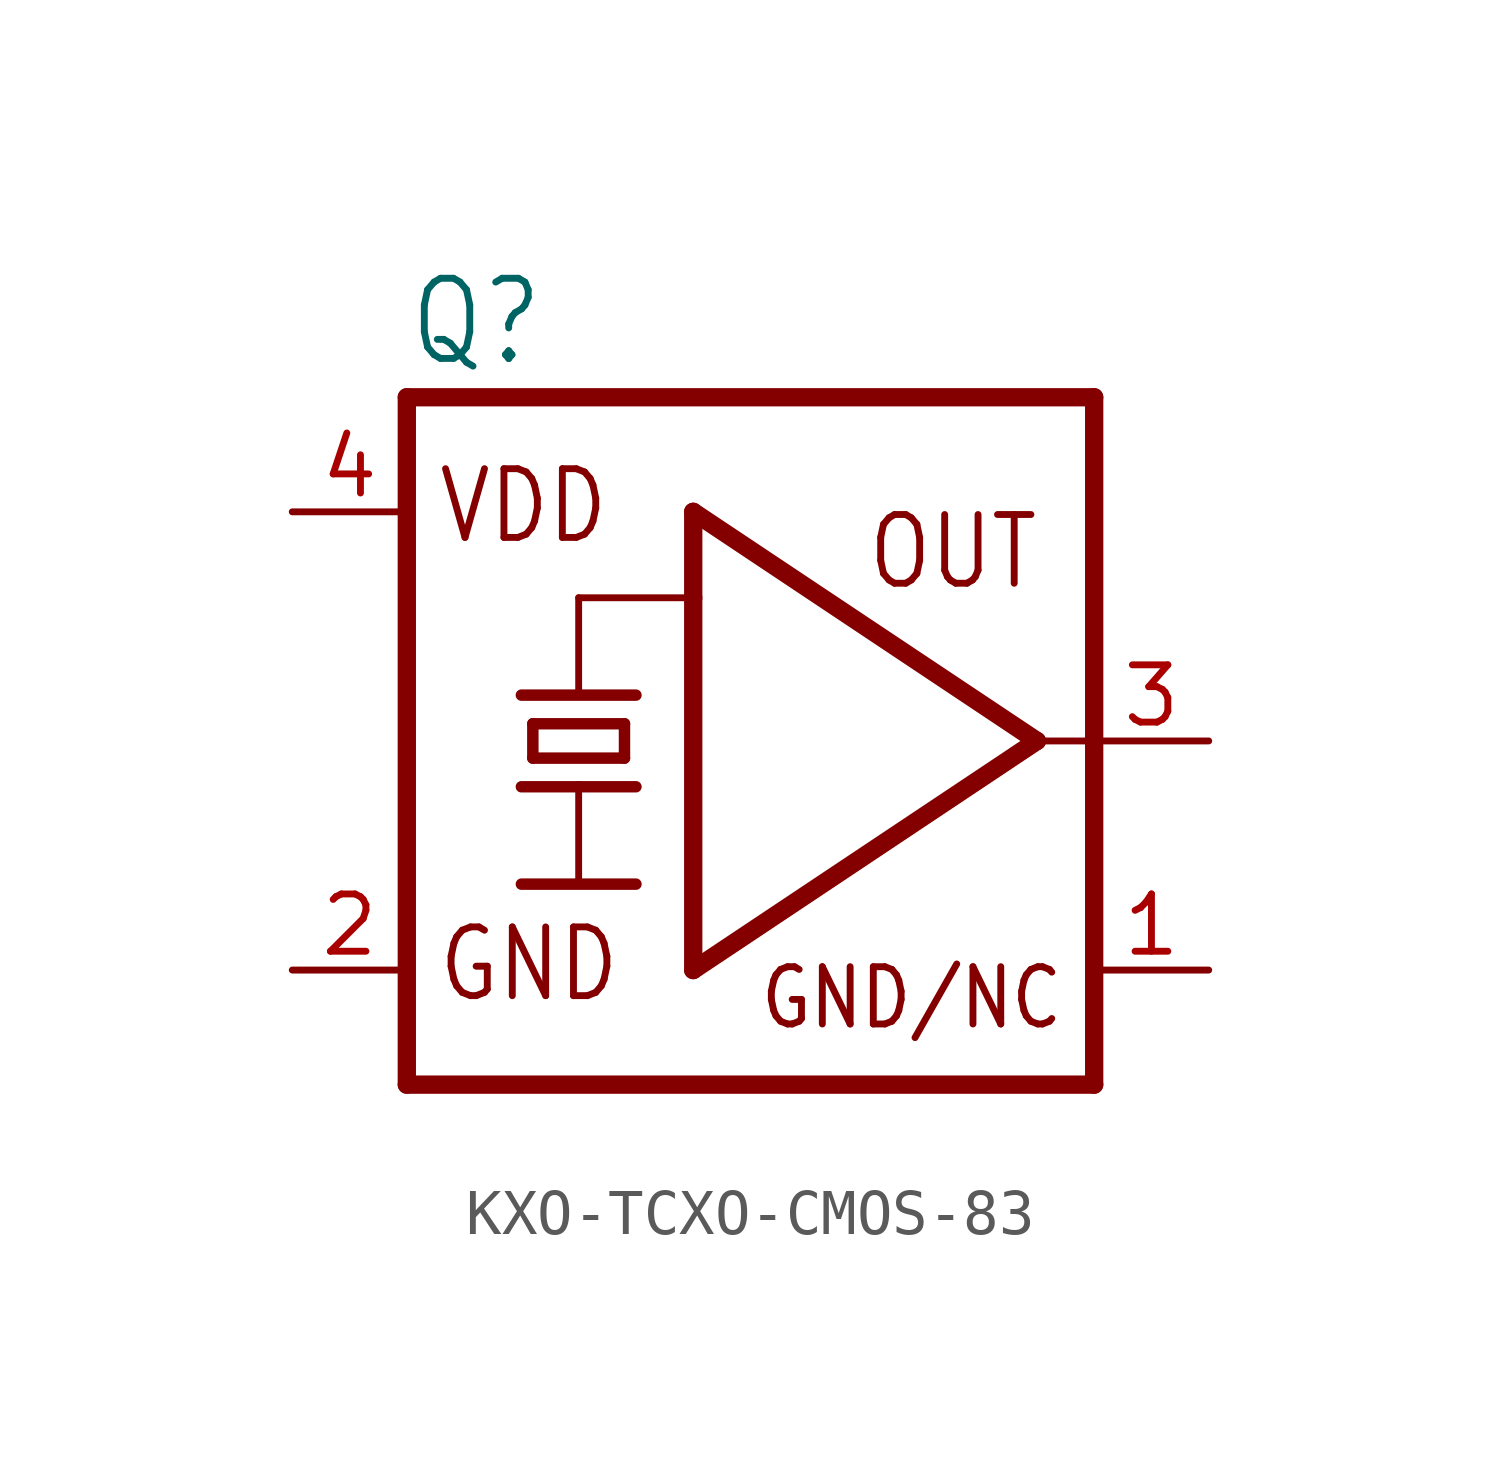
<source format=kicad_sym>
(kicad_symbol_lib
  (version 20201005)
  (generator kicad_symbol_editor)
  (symbol "KXO-TCXO-CMOS-83"
    (property "Reference" "Q"
      (at -7.62 8.255 0)
      (effects (font (size 1.778 1.511)) (justify left bottom)))
    (property "ki_locked" ""
      (at 0 0 0)
      (effects (font (size 1.27 1.27))))
    (symbol "KXO-TCXO-CMOS-83_1_0"
      (text "GND" (at -6.985 -5.842 0) (effects (font (size 1.524 1.295)) (justify left bottom)))
      (text "GND/NC" (at 6.985 -4.953 0) (effects (font (size 1.27 1.079)) (justify right top)))
      (text "OUT" (at 2.54 3.302 0) (effects (font (size 1.524 1.295)) (justify left bottom)))
      (text "VDD" (at -6.985 4.318 0) (effects (font (size 1.524 1.295)) (justify left bottom)))
      (polyline (pts (xy -7.62 7.62) (xy -7.62 -7.62)) (stroke (width 0.406)) (fill (type none)))
      (polyline (pts (xy -7.62 7.62) (xy 7.62 7.62)) (stroke (width 0.406)) (fill (type none)))
      (polyline (pts (xy -5.08 -3.175) (xy -2.54 -3.175)) (stroke (width 0.254)) (fill (type none)))
      (polyline (pts (xy -5.08 -1.016) (xy -3.81 -1.016)) (stroke (width 0.254)) (fill (type none)))
      (polyline (pts (xy -5.08 1.016) (xy -2.54 1.016)) (stroke (width 0.254)) (fill (type none)))
      (polyline (pts (xy -4.826 -0.381) (xy -4.826 0.381)) (stroke (width 0.254)) (fill (type none)))
      (polyline (pts (xy -4.826 -0.381) (xy -2.794 -0.381)) (stroke (width 0.254)) (fill (type none)))
      (polyline (pts (xy -4.826 0.381) (xy -2.794 0.381)) (stroke (width 0.254)) (fill (type none)))
      (polyline (pts (xy -3.81 -3.175) (xy -3.81 -1.016)) (stroke (width 0.152)) (fill (type none)))
      (polyline (pts (xy -3.81 -1.016) (xy -2.54 -1.016)) (stroke (width 0.254)) (fill (type none)))
      (polyline (pts (xy -3.81 1.016) (xy -3.81 3.175)) (stroke (width 0.152)) (fill (type none)))
      (polyline (pts (xy -3.81 3.175) (xy -1.27 3.175)) (stroke (width 0.152)) (fill (type none)))
      (polyline (pts (xy -2.794 0.381) (xy -2.794 -0.381)) (stroke (width 0.254)) (fill (type none)))
      (polyline (pts (xy -1.27 -5.08) (xy -1.27 3.175)) (stroke (width 0.406)) (fill (type none)))
      (polyline (pts (xy -1.27 3.175) (xy -1.27 5.08)) (stroke (width 0.406)) (fill (type none)))
      (polyline (pts (xy -1.27 5.08) (xy 6.35 0)) (stroke (width 0.406)) (fill (type none)))
      (polyline (pts (xy 6.35 0) (xy -1.27 -5.08)) (stroke (width 0.406)) (fill (type none)))
      (polyline (pts (xy 6.35 0) (xy 7.62 0)) (stroke (width 0.152)) (fill (type none)))
      (polyline (pts (xy 7.62 -7.62) (xy -7.62 -7.62)) (stroke (width 0.406)) (fill (type none)))
      (polyline (pts (xy 7.62 -7.62) (xy 7.62 0)) (stroke (width 0.406)) (fill (type none)))
      (polyline (pts (xy 7.62 0) (xy 7.62 7.62)) (stroke (width 0.406)) (fill (type none)))
      (pin power_in line (at 10.16 -5.08 180) (length 2.54) (name "GND/NC" (effects (font (size 0 0)))) (number "1" (effects (font (size 1.27 1.27)))))
      (pin power_in line (at -10.16 -5.08 0) (length 2.54) (name "GND" (effects (font (size 0 0)))) (number "2" (effects (font (size 1.27 1.27)))))
      (pin output line (at 10.16 0 180) (length 2.54) (name "OUT" (effects (font (size 0 0)))) (number "3" (effects (font (size 1.27 1.27)))))
      (pin power_in line (at -10.16 5.08 0) (length 2.54) (name "VDD" (effects (font (size 0 0)))) (number "4" (effects (font (size 1.27 1.27))))))))
</source>
